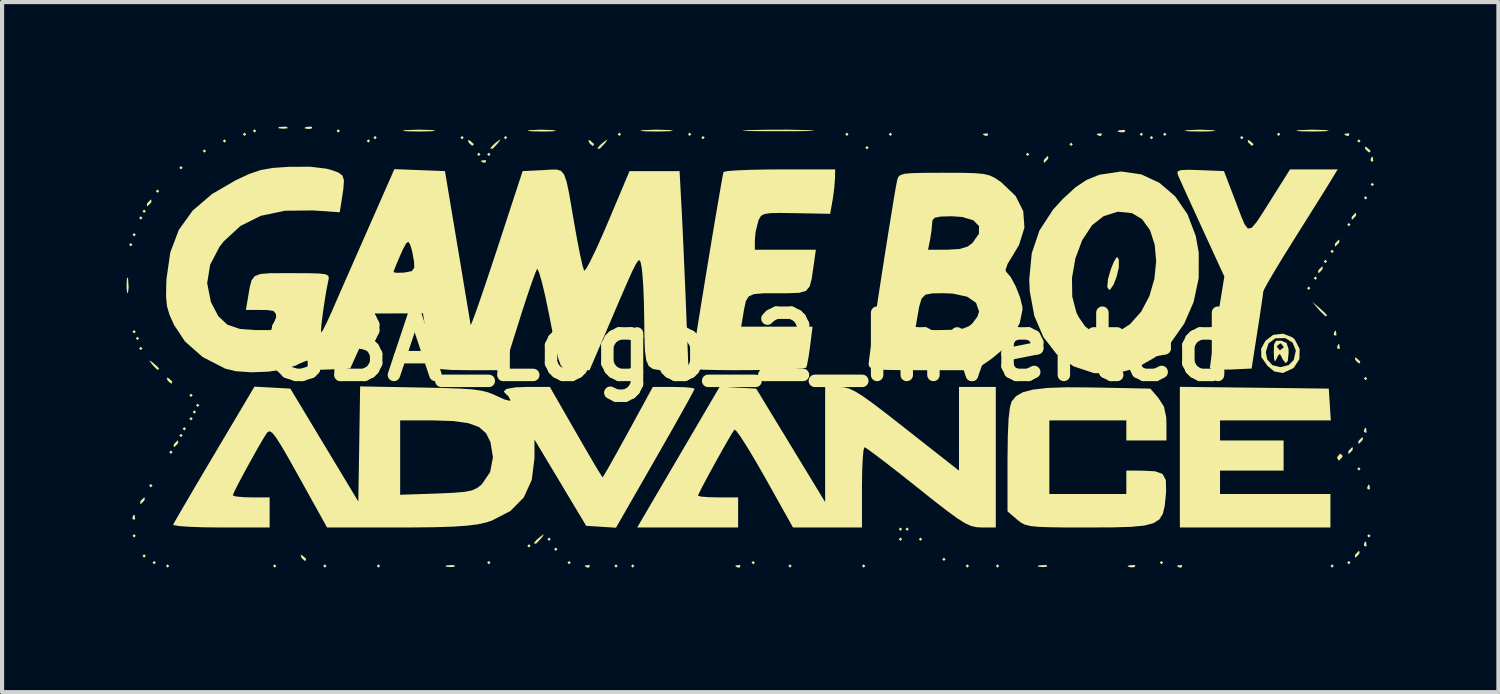
<source format=kicad_pcb>
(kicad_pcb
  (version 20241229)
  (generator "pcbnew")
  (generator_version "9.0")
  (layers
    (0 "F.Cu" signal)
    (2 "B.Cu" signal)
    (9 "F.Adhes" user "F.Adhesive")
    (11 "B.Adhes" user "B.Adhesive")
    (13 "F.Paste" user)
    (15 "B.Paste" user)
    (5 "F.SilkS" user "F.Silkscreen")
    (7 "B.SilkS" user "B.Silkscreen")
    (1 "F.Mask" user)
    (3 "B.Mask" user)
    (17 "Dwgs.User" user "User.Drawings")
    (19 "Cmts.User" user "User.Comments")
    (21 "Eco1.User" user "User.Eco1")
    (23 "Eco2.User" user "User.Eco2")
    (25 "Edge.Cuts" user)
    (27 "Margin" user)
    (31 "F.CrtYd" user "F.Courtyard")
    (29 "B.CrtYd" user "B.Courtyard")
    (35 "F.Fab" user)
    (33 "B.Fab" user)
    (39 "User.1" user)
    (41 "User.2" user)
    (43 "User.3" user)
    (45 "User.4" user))
  (footprint "GBA_Logo_2_Inverted"
    (layer "F.Cu")
    (at 14.978 5.306)
    (property "Reference" "GBA_Logo_2_Inverted" (at 0 0 0) (layer "F.SilkS") (effects (font (size 1.5 1.5) (thickness 0.3))))
    (attr board_only exclude_from_pos_files exclude_from_bom)
    (fp_poly (pts (xy -14.837 -2.459) (xy -14.877 -2.419) (xy -14.917 -2.459) (xy -14.877 -2.5)) (stroke (width 0) (type solid)) (fill yes) (layer "F.SilkS"))
    (fp_poly (pts (xy -14.756 -2.701) (xy -14.797 -2.661) (xy -14.837 -2.701) (xy -14.797 -2.742)) (stroke (width 0) (type solid)) (fill yes) (layer "F.SilkS"))
    (fp_poly (pts (xy -14.756 -0.363) (xy -14.797 -0.323) (xy -14.837 -0.363) (xy -14.797 -0.403)) (stroke (width 0) (type solid)) (fill yes) (layer "F.SilkS"))
    (fp_poly (pts (xy -14.756 4.556) (xy -14.797 4.596) (xy -14.837 4.556) (xy -14.797 4.516)) (stroke (width 0) (type solid)) (fill yes) (layer "F.SilkS"))
    (fp_poly (pts (xy -14.676 -0.202) (xy -14.716 -0.161) (xy -14.756 -0.202) (xy -14.716 -0.242)) (stroke (width 0) (type solid)) (fill yes) (layer "F.SilkS"))
    (fp_poly (pts (xy -14.595 -3.104) (xy -14.635 -3.064) (xy -14.676 -3.104) (xy -14.635 -3.145)) (stroke (width 0) (type solid)) (fill yes) (layer "F.SilkS"))
    (fp_poly (pts (xy -14.595 0.04) (xy -14.635 0.081) (xy -14.676 0.04) (xy -14.635 0)) (stroke (width 0) (type solid)) (fill yes) (layer "F.SilkS"))
    (fp_poly (pts (xy -14.514 -3.266) (xy -14.555 -3.225) (xy -14.595 -3.266) (xy -14.555 -3.306)) (stroke (width 0) (type solid)) (fill yes) (layer "F.SilkS"))
    (fp_poly (pts (xy -14.514 5.04) (xy -14.555 5.08) (xy -14.595 5.04) (xy -14.555 4.999)) (stroke (width 0) (type solid)) (fill yes) (layer "F.SilkS"))
    (fp_poly (pts (xy -14.353 3.346) (xy -14.393 3.387) (xy -14.434 3.346) (xy -14.393 3.306)) (stroke (width 0) (type solid)) (fill yes) (layer "F.SilkS"))
    (fp_poly (pts (xy -14.272 5.201) (xy -14.313 5.241) (xy -14.353 5.201) (xy -14.313 5.161)) (stroke (width 0) (type solid)) (fill yes) (layer "F.SilkS"))
    (fp_poly (pts (xy -14.192 -3.75) (xy -14.232 -3.709) (xy -14.272 -3.75) (xy -14.232 -3.79)) (stroke (width 0) (type solid)) (fill yes) (layer "F.SilkS"))
    (fp_poly (pts (xy -13.95 5.282) (xy -13.99 5.322) (xy -14.03 5.282) (xy -13.99 5.241)) (stroke (width 0) (type solid)) (fill yes) (layer "F.SilkS"))
    (fp_poly (pts (xy -13.869 2.54) (xy -13.91 2.58) (xy -13.95 2.54) (xy -13.91 2.5)) (stroke (width 0) (type solid)) (fill yes) (layer "F.SilkS"))
    (fp_poly (pts (xy -13.627 -4.314) (xy -13.668 -4.274) (xy -13.708 -4.314) (xy -13.668 -4.354)) (stroke (width 0) (type solid)) (fill yes) (layer "F.SilkS"))
    (fp_poly (pts (xy -13.627 2.137) (xy -13.668 2.177) (xy -13.708 2.137) (xy -13.668 2.097)) (stroke (width 0) (type solid)) (fill yes) (layer "F.SilkS"))
    (fp_poly (pts (xy -13.547 1.976) (xy -13.587 2.016) (xy -13.627 1.976) (xy -13.587 1.935)) (stroke (width 0) (type solid)) (fill yes) (layer "F.SilkS"))
    (fp_poly (pts (xy -13.385 1.169) (xy -13.426 1.21) (xy -13.466 1.169) (xy -13.426 1.129)) (stroke (width 0) (type solid)) (fill yes) (layer "F.SilkS"))
    (fp_poly (pts (xy -13.385 1.734) (xy -13.426 1.774) (xy -13.466 1.734) (xy -13.426 1.693)) (stroke (width 0) (type solid)) (fill yes) (layer "F.SilkS"))
    (fp_poly (pts (xy -13.305 1.572) (xy -13.345 1.613) (xy -13.385 1.572) (xy -13.345 1.532)) (stroke (width 0) (type solid)) (fill yes) (layer "F.SilkS"))
    (fp_poly (pts (xy -13.224 1.411) (xy -13.264 1.451) (xy -13.305 1.411) (xy -13.264 1.371)) (stroke (width 0) (type solid)) (fill yes) (layer "F.SilkS"))
    (fp_poly (pts (xy -13.063 -4.717) (xy -13.103 -4.677) (xy -13.143 -4.717) (xy -13.103 -4.757)) (stroke (width 0) (type solid)) (fill yes) (layer "F.SilkS"))
    (fp_poly (pts (xy -12.579 -4.959) (xy -12.619 -4.919) (xy -12.66 -4.959) (xy -12.619 -4.999)) (stroke (width 0) (type solid)) (fill yes) (layer "F.SilkS"))
    (fp_poly (pts (xy -12.095 -5.12) (xy -12.136 -5.08) (xy -12.176 -5.12) (xy -12.136 -5.161)) (stroke (width 0) (type solid)) (fill yes) (layer "F.SilkS"))
    (fp_poly (pts (xy -11.853 -5.201) (xy -11.894 -5.161) (xy -11.934 -5.201) (xy -11.894 -5.241)) (stroke (width 0) (type solid)) (fill yes) (layer "F.SilkS"))
    (fp_poly (pts (xy -11.37 5.282) (xy -11.41 5.322) (xy -11.45 5.282) (xy -11.41 5.241)) (stroke (width 0) (type solid)) (fill yes) (layer "F.SilkS"))
    (fp_poly (pts (xy -10.16 5.282) (xy -10.2 5.322) (xy -10.241 5.282) (xy -10.2 5.241)) (stroke (width 0) (type solid)) (fill yes) (layer "F.SilkS"))
    (fp_poly (pts (xy -9.837 -5.201) (xy -9.878 -5.161) (xy -9.918 -5.201) (xy -9.878 -5.241)) (stroke (width 0) (type solid)) (fill yes) (layer "F.SilkS"))
    (fp_poly (pts (xy -9.112 -4.959) (xy -9.152 -4.919) (xy -9.192 -4.959) (xy -9.152 -4.999)) (stroke (width 0) (type solid)) (fill yes) (layer "F.SilkS"))
    (fp_poly (pts (xy -8.95 -5.04) (xy -8.991 -4.999) (xy -9.031 -5.04) (xy -8.991 -5.08)) (stroke (width 0) (type solid)) (fill yes) (layer "F.SilkS"))
    (fp_poly (pts (xy -8.87 5.282) (xy -8.91 5.322) (xy -8.95 5.282) (xy -8.91 5.241)) (stroke (width 0) (type solid)) (fill yes) (layer "F.SilkS"))
    (fp_poly (pts (xy -6.854 -5.04) (xy -6.894 -4.999) (xy -6.935 -5.04) (xy -6.894 -5.08)) (stroke (width 0) (type solid)) (fill yes) (layer "F.SilkS"))
    (fp_poly (pts (xy -6.451 -4.637) (xy -6.491 -4.596) (xy -6.531 -4.637) (xy -6.491 -4.677)) (stroke (width 0) (type solid)) (fill yes) (layer "F.SilkS"))
    (fp_poly (pts (xy -6.209 -4.637) (xy -6.249 -4.596) (xy -6.29 -4.637) (xy -6.249 -4.677)) (stroke (width 0) (type solid)) (fill yes) (layer "F.SilkS"))
    (fp_poly (pts (xy -6.209 5.201) (xy -6.249 5.241) (xy -6.29 5.201) (xy -6.249 5.161)) (stroke (width 0) (type solid)) (fill yes) (layer "F.SilkS"))
    (fp_poly (pts (xy -5.806 -5.04) (xy -5.846 -4.999) (xy -5.886 -5.04) (xy -5.846 -5.08)) (stroke (width 0) (type solid)) (fill yes) (layer "F.SilkS"))
    (fp_poly (pts (xy -5.241 4.798) (xy -5.282 4.838) (xy -5.322 4.798) (xy -5.282 4.757)) (stroke (width 0) (type solid)) (fill yes) (layer "F.SilkS"))
    (fp_poly (pts (xy -4.757 4.637) (xy -4.798 4.677) (xy -4.838 4.637) (xy -4.798 4.596)) (stroke (width 0) (type solid)) (fill yes) (layer "F.SilkS"))
    (fp_poly (pts (xy -4.596 4.878) (xy -4.637 4.919) (xy -4.677 4.878) (xy -4.637 4.838)) (stroke (width 0) (type solid)) (fill yes) (layer "F.SilkS"))
    (fp_poly (pts (xy -4.274 5.201) (xy -4.314 5.241) (xy -4.354 5.201) (xy -4.314 5.161)) (stroke (width 0) (type solid)) (fill yes) (layer "F.SilkS"))
    (fp_poly (pts (xy -3.145 5.282) (xy -3.185 5.322) (xy -3.225 5.282) (xy -3.185 5.241)) (stroke (width 0) (type solid)) (fill yes) (layer "F.SilkS"))
    (fp_poly (pts (xy -3.064 -5.12) (xy -3.104 -5.08) (xy -3.145 -5.12) (xy -3.104 -5.161)) (stroke (width 0) (type solid)) (fill yes) (layer "F.SilkS"))
    (fp_poly (pts (xy -2.742 5.282) (xy -2.782 5.322) (xy -2.822 5.282) (xy -2.782 5.241)) (stroke (width 0) (type solid)) (fill yes) (layer "F.SilkS"))
    (fp_poly (pts (xy -1.371 -5.12) (xy -1.411 -5.08) (xy -1.451 -5.12) (xy -1.411 -5.161)) (stroke (width 0) (type solid)) (fill yes) (layer "F.SilkS"))
    (fp_poly (pts (xy -1.048 -5.04) (xy -1.089 -4.999) (xy -1.129 -5.04) (xy -1.089 -5.08)) (stroke (width 0) (type solid)) (fill yes) (layer "F.SilkS"))
    (fp_poly (pts (xy 0.161 5.201) (xy 0.121 5.241) (xy 0.081 5.201) (xy 0.121 5.161)) (stroke (width 0) (type solid)) (fill yes) (layer "F.SilkS"))
    (fp_poly (pts (xy 1.048 5.282) (xy 1.008 5.322) (xy 0.968 5.282) (xy 1.008 5.241)) (stroke (width 0) (type solid)) (fill yes) (layer "F.SilkS"))
    (fp_poly (pts (xy 2.419 -5.12) (xy 2.379 -5.08) (xy 2.338 -5.12) (xy 2.379 -5.161)) (stroke (width 0) (type solid)) (fill yes) (layer "F.SilkS"))
    (fp_poly (pts (xy 2.822 5.282) (xy 2.782 5.322) (xy 2.742 5.282) (xy 2.782 5.241)) (stroke (width 0) (type solid)) (fill yes) (layer "F.SilkS"))
    (fp_poly (pts (xy 2.903 -4.798) (xy 2.863 -4.757) (xy 2.822 -4.798) (xy 2.863 -4.838)) (stroke (width 0) (type solid)) (fill yes) (layer "F.SilkS"))
    (fp_poly (pts (xy 3.467 -5.12) (xy 3.427 -5.08) (xy 3.387 -5.12) (xy 3.427 -5.161)) (stroke (width 0) (type solid)) (fill yes) (layer "F.SilkS"))
    (fp_poly (pts (xy 3.709 4.395) (xy 3.669 4.435) (xy 3.629 4.395) (xy 3.669 4.354)) (stroke (width 0) (type solid)) (fill yes) (layer "F.SilkS"))
    (fp_poly (pts (xy 3.709 4.637) (xy 3.669 4.677) (xy 3.629 4.637) (xy 3.669 4.596)) (stroke (width 0) (type solid)) (fill yes) (layer "F.SilkS"))
    (fp_poly (pts (xy 3.87 4.395) (xy 3.83 4.435) (xy 3.79 4.395) (xy 3.83 4.354)) (stroke (width 0) (type solid)) (fill yes) (layer "F.SilkS"))
    (fp_poly (pts (xy 4.193 4.637) (xy 4.153 4.677) (xy 4.112 4.637) (xy 4.153 4.596)) (stroke (width 0) (type solid)) (fill yes) (layer "F.SilkS"))
    (fp_poly (pts (xy 4.757 5.12) (xy 4.717 5.161) (xy 4.677 5.12) (xy 4.717 5.08)) (stroke (width 0) (type solid)) (fill yes) (layer "F.SilkS"))
    (fp_poly (pts (xy 5.322 5.282) (xy 5.282 5.322) (xy 5.241 5.282) (xy 5.282 5.241)) (stroke (width 0) (type solid)) (fill yes) (layer "F.SilkS"))
    (fp_poly (pts (xy 6.048 5.282) (xy 6.007 5.322) (xy 5.967 5.282) (xy 6.007 5.241)) (stroke (width 0) (type solid)) (fill yes) (layer "F.SilkS"))
    (fp_poly (pts (xy 6.773 -4.637) (xy 6.733 -4.596) (xy 6.693 -4.637) (xy 6.733 -4.677)) (stroke (width 0) (type solid)) (fill yes) (layer "F.SilkS"))
    (fp_poly (pts (xy 7.822 -4.878) (xy 7.781 -4.838) (xy 7.741 -4.878) (xy 7.781 -4.919)) (stroke (width 0) (type solid)) (fill yes) (layer "F.SilkS"))
    (fp_poly (pts (xy 9.515 -5.12) (xy 9.475 -5.08) (xy 9.434 -5.12) (xy 9.475 -5.161)) (stroke (width 0) (type solid)) (fill yes) (layer "F.SilkS"))
    (fp_poly (pts (xy 9.757 -5.04) (xy 9.717 -4.999) (xy 9.676 -5.04) (xy 9.717 -5.08)) (stroke (width 0) (type solid)) (fill yes) (layer "F.SilkS"))
    (fp_poly (pts (xy 9.999 5.201) (xy 9.958 5.241) (xy 9.918 5.201) (xy 9.958 5.161)) (stroke (width 0) (type solid)) (fill yes) (layer "F.SilkS"))
    (fp_poly (pts (xy 10.079 -5.12) (xy 10.039 -5.08) (xy 9.999 -5.12) (xy 10.039 -5.161)) (stroke (width 0) (type solid)) (fill yes) (layer "F.SilkS"))
    (fp_poly (pts (xy 11.934 -5.04) (xy 11.894 -4.999) (xy 11.853 -5.04) (xy 11.894 -5.08)) (stroke (width 0) (type solid)) (fill yes) (layer "F.SilkS"))
    (fp_poly (pts (xy 12.821 -5.12) (xy 12.781 -5.08) (xy 12.74 -5.12) (xy 12.781 -5.161)) (stroke (width 0) (type solid)) (fill yes) (layer "F.SilkS"))
    (fp_poly (pts (xy 13.547 -1.411) (xy 13.506 -1.371) (xy 13.466 -1.411) (xy 13.506 -1.451)) (stroke (width 0) (type solid)) (fill yes) (layer "F.SilkS"))
    (fp_poly (pts (xy 13.708 -1.653) (xy 13.668 -1.613) (xy 13.627 -1.653) (xy 13.668 -1.693)) (stroke (width 0) (type solid)) (fill yes) (layer "F.SilkS"))
    (fp_poly (pts (xy 13.95 -2.056) (xy 13.91 -2.016) (xy 13.869 -2.056) (xy 13.91 -2.097)) (stroke (width 0) (type solid)) (fill yes) (layer "F.SilkS"))
    (fp_poly (pts (xy 14.111 -2.298) (xy 14.071 -2.258) (xy 14.03 -2.298) (xy 14.071 -2.338)) (stroke (width 0) (type solid)) (fill yes) (layer "F.SilkS"))
    (fp_poly (pts (xy 14.111 5.282) (xy 14.071 5.322) (xy 14.03 5.282) (xy 14.071 5.241)) (stroke (width 0) (type solid)) (fill yes) (layer "F.SilkS"))
    (fp_poly (pts (xy 14.514 -2.943) (xy 14.474 -2.903) (xy 14.434 -2.943) (xy 14.474 -2.983)) (stroke (width 0) (type solid)) (fill yes) (layer "F.SilkS"))
    (fp_poly (pts (xy 14.514 5.201) (xy 14.474 5.241) (xy 14.434 5.201) (xy 14.474 5.161)) (stroke (width 0) (type solid)) (fill yes) (layer "F.SilkS"))
    (fp_poly (pts (xy 14.756 -4.959) (xy 14.716 -4.919) (xy 14.676 -4.959) (xy 14.716 -4.999)) (stroke (width 0) (type solid)) (fill yes) (layer "F.SilkS"))
    (fp_poly (pts (xy 14.756 2.943) (xy 14.716 2.983) (xy 14.676 2.943) (xy 14.716 2.903)) (stroke (width 0) (type solid)) (fill yes) (layer "F.SilkS"))
    (fp_poly (pts (xy 14.917 -3.588) (xy 14.877 -3.548) (xy 14.837 -3.588) (xy 14.877 -3.629)) (stroke (width 0) (type solid)) (fill yes) (layer "F.SilkS"))
    (fp_poly (pts (xy 14.917 0.766) (xy 14.877 0.806) (xy 14.837 0.766) (xy 14.877 0.726)) (stroke (width 0) (type solid)) (fill yes) (layer "F.SilkS"))
    (fp_poly (pts (xy 14.998 4.556) (xy 14.958 4.596) (xy 14.917 4.556) (xy 14.958 4.516)) (stroke (width 0) (type solid)) (fill yes) (layer "F.SilkS"))
    (fp_poly (pts (xy 15.079 -3.911) (xy 15.038 -3.87) (xy 14.998 -3.911) (xy 15.038 -3.951)) (stroke (width 0) (type solid)) (fill yes) (layer "F.SilkS"))
    (fp_poly (pts (xy -14.783 4.059) (xy -14.773 4.154) (xy -14.783 4.166) (xy -14.831 4.155) (xy -14.837 4.112) (xy -14.807 4.046)) (stroke (width 0) (type solid)) (fill yes) (layer "F.SilkS"))
    (fp_poly (pts (xy -11.107 -5.295) (xy -11.097 -5.265) (xy -11.208 -5.254) (xy -11.323 -5.267) (xy -11.309 -5.295) (xy -11.144 -5.305)) (stroke (width 0) (type solid)) (fill yes) (layer "F.SilkS"))
    (fp_poly (pts (xy -10.504 -5.29) (xy -10.528 -5.253) (xy -10.61 -5.248) (xy -10.696 -5.267) (xy -10.659 -5.296) (xy -10.533 -5.306)) (stroke (width 0) (type solid)) (fill yes) (layer "F.SilkS"))
    (fp_poly (pts (xy -7.076 5.269) (xy -7.066 5.298) (xy -7.177 5.309) (xy -7.291 5.297) (xy -7.277 5.269) (xy -7.112 5.258)) (stroke (width 0) (type solid)) (fill yes) (layer "F.SilkS"))
    (fp_poly (pts (xy -6.316 -4.489) (xy -6.327 -4.441) (xy -6.37 -4.435) (xy -6.437 -4.464) (xy -6.424 -4.489) (xy -6.328 -4.498)) (stroke (width 0) (type solid)) (fill yes) (layer "F.SilkS"))
    (fp_poly (pts (xy -3.817 5.268) (xy -3.828 5.316) (xy -3.87 5.322) (xy -3.937 5.292) (xy -3.924 5.268) (xy -3.829 5.258)) (stroke (width 0) (type solid)) (fill yes) (layer "F.SilkS"))
    (fp_poly (pts (xy -0.188 5.268) (xy -0.199 5.316) (xy -0.242 5.322) (xy -0.308 5.292) (xy -0.296 5.268) (xy -0.2 5.258)) (stroke (width 0) (type solid)) (fill yes) (layer "F.SilkS"))
    (fp_poly (pts (xy 5.779 -5.134) (xy 5.768 -5.086) (xy 5.725 -5.08) (xy 5.659 -5.11) (xy 5.671 -5.134) (xy 5.767 -5.143)) (stroke (width 0) (type solid)) (fill yes) (layer "F.SilkS"))
    (fp_poly (pts (xy 7.197 5.269) (xy 7.207 5.298) (xy 7.096 5.309) (xy 6.981 5.297) (xy 6.995 5.269) (xy 7.16 5.258)) (stroke (width 0) (type solid)) (fill yes) (layer "F.SilkS"))
    (fp_poly (pts (xy 8.52 -5.134) (xy 8.509 -5.086) (xy 8.467 -5.08) (xy 8.4 -5.11) (xy 8.413 -5.134) (xy 8.509 -5.143)) (stroke (width 0) (type solid)) (fill yes) (layer "F.SilkS"))
    (fp_poly (pts (xy 9.09 -5.209) (xy 9.066 -5.173) (xy 8.984 -5.167) (xy 8.898 -5.187) (xy 8.935 -5.216) (xy 9.061 -5.225)) (stroke (width 0) (type solid)) (fill yes) (layer "F.SilkS"))
    (fp_poly (pts (xy 9.332 5.273) (xy 9.308 5.31) (xy 9.226 5.316) (xy 9.14 5.296) (xy 9.177 5.267) (xy 9.303 5.257)) (stroke (width 0) (type solid)) (fill yes) (layer "F.SilkS"))
    (fp_poly (pts (xy 10.456 5.268) (xy 10.445 5.316) (xy 10.402 5.322) (xy 10.336 5.292) (xy 10.348 5.268) (xy 10.444 5.258)) (stroke (width 0) (type solid)) (fill yes) (layer "F.SilkS"))
    (fp_poly (pts (xy 14.165 -0.376) (xy 14.175 -0.281) (xy 14.165 -0.269) (xy 14.117 -0.28) (xy 14.111 -0.323) (xy 14.141 -0.389)) (stroke (width 0) (type solid)) (fill yes) (layer "F.SilkS"))
    (fp_poly (pts (xy 14.246 -0.054) (xy 14.255 0.042) (xy 14.246 0.054) (xy 14.198 0.043) (xy 14.192 0) (xy 14.221 -0.066)) (stroke (width 0) (type solid)) (fill yes) (layer "F.SilkS"))
    (fp_poly (pts (xy 14.487 -5.134) (xy 14.476 -5.086) (xy 14.434 -5.08) (xy 14.367 -5.11) (xy 14.38 -5.134) (xy 14.476 -5.143)) (stroke (width 0) (type solid)) (fill yes) (layer "F.SilkS"))
    (fp_poly (pts (xy 14.891 1.962) (xy 14.9 2.058) (xy 14.891 2.07) (xy 14.843 2.059) (xy 14.837 2.016) (xy 14.866 1.95)) (stroke (width 0) (type solid)) (fill yes) (layer "F.SilkS"))
    (fp_poly (pts (xy 14.891 4.704) (xy 14.9 4.799) (xy 14.891 4.811) (xy 14.843 4.8) (xy 14.837 4.757) (xy 14.866 4.691)) (stroke (width 0) (type solid)) (fill yes) (layer "F.SilkS"))
    (fp_poly (pts (xy 14.971 3.333) (xy 14.981 3.429) (xy 14.971 3.44) (xy 14.923 3.429) (xy 14.917 3.387) (xy 14.947 3.32)) (stroke (width 0) (type solid)) (fill yes) (layer "F.SilkS"))
    (fp_poly (pts (xy 15.052 -4.569) (xy 15.062 -4.474) (xy 15.052 -4.462) (xy 15.004 -4.473) (xy 14.998 -4.516) (xy 15.028 -4.582)) (stroke (width 0) (type solid)) (fill yes) (layer "F.SilkS"))
    (fp_poly (pts (xy -13.962 0.758) (xy -13.876 0.84) (xy -13.893 0.886) (xy -13.905 0.887) (xy -13.973 0.83) (xy -13.998 0.794) (xy -14.007 0.739)) (stroke (width 0) (type solid)) (fill yes) (layer "F.SilkS"))
    (fp_poly (pts (xy -10.737 5.032) (xy -10.65 5.113) (xy -10.668 5.16) (xy -10.679 5.161) (xy -10.748 5.103) (xy -10.772 5.068) (xy -10.782 5.012)) (stroke (width 0) (type solid)) (fill yes) (layer "F.SilkS"))
    (fp_poly (pts (xy -6.705 -4.967) (xy -6.619 -4.892) (xy -6.612 -4.874) (xy -6.65 -4.841) (xy -6.73 -4.915) (xy -6.741 -4.931) (xy -6.75 -4.986)) (stroke (width 0) (type solid)) (fill yes) (layer "F.SilkS"))
    (fp_poly (pts (xy -3.802 -4.967) (xy -3.716 -4.886) (xy -3.733 -4.839) (xy -3.745 -4.838) (xy -3.813 -4.895) (xy -3.838 -4.931) (xy -3.847 -4.986)) (stroke (width 0) (type solid)) (fill yes) (layer "F.SilkS"))
    (fp_poly (pts (xy 12.083 -4.967) (xy 12.169 -4.892) (xy 12.176 -4.874) (xy 12.138 -4.841) (xy 12.058 -4.915) (xy 12.047 -4.931) (xy 12.038 -4.986)) (stroke (width 0) (type solid)) (fill yes) (layer "F.SilkS"))
    (fp_poly (pts (xy 13.768 -0.935) (xy 13.898 -0.817) (xy 13.95 -0.754) (xy 13.913 -0.733) (xy 13.798 -0.842) (xy 13.741 -0.907) (xy 13.587 -1.089)) (stroke (width 0) (type solid)) (fill yes) (layer "F.SilkS"))
    (fp_poly (pts (xy 14.663 0.275) (xy 14.75 0.356) (xy 14.732 0.402) (xy 14.721 0.403) (xy 14.652 0.346) (xy 14.628 0.31) (xy 14.618 0.255)) (stroke (width 0) (type solid)) (fill yes) (layer "F.SilkS"))
    (fp_poly (pts (xy 14.905 -4.805) (xy 14.991 -4.731) (xy 14.998 -4.712) (xy 14.96 -4.679) (xy 14.88 -4.754) (xy 14.869 -4.77) (xy 14.86 -4.825)) (stroke (width 0) (type solid)) (fill yes) (layer "F.SilkS"))
    (fp_poly (pts (xy -14.941 -1.632) (xy -14.928 -1.422) (xy -14.943 -1.309) (xy -14.964 -1.291) (xy -14.977 -1.406) (xy -14.978 -1.492) (xy -14.97 -1.648) (xy -14.952 -1.672)) (stroke (width 0) (type solid)) (fill yes) (layer "F.SilkS"))
    (fp_poly (pts (xy -14.54 3.681) (xy -14.555 3.709) (xy -14.631 3.786) (xy -14.645 3.79) (xy -14.65 3.738) (xy -14.635 3.709) (xy -14.559 3.632) (xy -14.545 3.629)) (stroke (width 0) (type solid)) (fill yes) (layer "F.SilkS"))
    (fp_poly (pts (xy -14.391 0.348) (xy -14.333 0.393) (xy -14.221 0.492) (xy -14.192 0.534) (xy -14.231 0.558) (xy -14.338 0.455) (xy -14.363 0.423) (xy -14.433 0.328)) (stroke (width 0) (type solid)) (fill yes) (layer "F.SilkS"))
    (fp_poly (pts (xy -14.378 -3.496) (xy -14.393 -3.467) (xy -14.469 -3.39) (xy -14.483 -3.387) (xy -14.489 -3.439) (xy -14.474 -3.467) (xy -14.398 -3.544) (xy -14.384 -3.548)) (stroke (width 0) (type solid)) (fill yes) (layer "F.SilkS"))
    (fp_poly (pts (xy -13.733 2.31) (xy -13.748 2.338) (xy -13.824 2.415) (xy -13.838 2.419) (xy -13.844 2.367) (xy -13.829 2.338) (xy -13.753 2.261) (xy -13.739 2.258)) (stroke (width 0) (type solid)) (fill yes) (layer "F.SilkS"))
    (fp_poly (pts (xy -5.992 -4.957) (xy -6.037 -4.899) (xy -6.155 -4.773) (xy -6.208 -4.774) (xy -6.209 -4.788) (xy -6.154 -4.855) (xy -6.068 -4.929) (xy -5.972 -4.999)) (stroke (width 0) (type solid)) (fill yes) (layer "F.SilkS"))
    (fp_poly (pts (xy -4.944 4.558) (xy -4.989 4.616) (xy -5.107 4.742) (xy -5.159 4.741) (xy -5.161 4.727) (xy -5.106 4.66) (xy -5.02 4.586) (xy -4.924 4.516)) (stroke (width 0) (type solid)) (fill yes) (layer "F.SilkS"))
    (fp_poly (pts (xy -3.412 -4.957) (xy -3.457 -4.899) (xy -3.575 -4.773) (xy -3.627 -4.774) (xy -3.629 -4.788) (xy -3.573 -4.855) (xy -3.487 -4.929) (xy -3.392 -4.999)) (stroke (width 0) (type solid)) (fill yes) (layer "F.SilkS"))
    (fp_poly (pts (xy 7.232 -4.544) (xy 7.217 -4.516) (xy 7.141 -4.439) (xy 7.127 -4.435) (xy 7.121 -4.487) (xy 7.136 -4.516) (xy 7.212 -4.593) (xy 7.226 -4.596)) (stroke (width 0) (type solid)) (fill yes) (layer "F.SilkS"))
    (fp_poly (pts (xy 13.844 -1.883) (xy 13.829 -1.855) (xy 13.753 -1.778) (xy 13.739 -1.774) (xy 13.733 -1.826) (xy 13.748 -1.855) (xy 13.824 -1.932) (xy 13.838 -1.935)) (stroke (width 0) (type solid)) (fill yes) (layer "F.SilkS"))
    (fp_poly (pts (xy 14.247 -2.528) (xy 14.232 -2.5) (xy 14.156 -2.423) (xy 14.142 -2.419) (xy 14.136 -2.471) (xy 14.151 -2.5) (xy 14.227 -2.577) (xy 14.242 -2.58)) (stroke (width 0) (type solid)) (fill yes) (layer "F.SilkS"))
    (fp_poly (pts (xy 14.325 2.63) (xy 14.313 2.661) (xy 14.24 2.738) (xy 14.227 2.742) (xy 14.193 2.679) (xy 14.192 2.661) (xy 14.254 2.583) (xy 14.277 2.58)) (stroke (width 0) (type solid)) (fill yes) (layer "F.SilkS"))
    (fp_poly (pts (xy 14.57 2.471) (xy 14.555 2.5) (xy 14.479 2.577) (xy 14.464 2.58) (xy 14.459 2.528) (xy 14.474 2.5) (xy 14.55 2.423) (xy 14.564 2.419)) (stroke (width 0) (type solid)) (fill yes) (layer "F.SilkS"))
    (fp_poly (pts (xy 14.65 -3.173) (xy 14.635 -3.145) (xy 14.559 -3.068) (xy 14.545 -3.064) (xy 14.54 -3.116) (xy 14.555 -3.145) (xy 14.631 -3.222) (xy 14.645 -3.225)) (stroke (width 0) (type solid)) (fill yes) (layer "F.SilkS"))
    (fp_poly (pts (xy 14.731 4.971) (xy 14.716 4.999) (xy 14.64 5.076) (xy 14.626 5.08) (xy 14.62 5.028) (xy 14.635 4.999) (xy 14.711 4.922) (xy 14.725 4.919)) (stroke (width 0) (type solid)) (fill yes) (layer "F.SilkS"))
    (fp_poly (pts (xy 14.812 2.229) (xy 14.797 2.258) (xy 14.721 2.335) (xy 14.706 2.338) (xy 14.701 2.286) (xy 14.716 2.258) (xy 14.792 2.181) (xy 14.806 2.177)) (stroke (width 0) (type solid)) (fill yes) (layer "F.SilkS"))
    (fp_poly (pts (xy 11.188 -5.219) (xy 11.259 -5.205) (xy 11.186 -5.194) (xy 10.984 -5.188) (xy 10.886 -5.188) (xy 10.643 -5.191) (xy 10.523 -5.201) (xy 10.541 -5.214) (xy 10.583 -5.219) (xy 10.886 -5.232)) (stroke (width 0) (type solid)) (fill yes) (layer "F.SilkS"))
    (fp_poly (pts (xy -7.638 -5.223) (xy -7.598 -5.219) (xy -7.532 -5.205) (xy -7.61 -5.195) (xy -7.814 -5.189) (xy -7.943 -5.188) (xy -8.192 -5.192) (xy -8.317 -5.2) (xy -8.303 -5.213) (xy -8.243 -5.22) (xy -7.938 -5.232)) (stroke (width 0) (type solid)) (fill yes) (layer "F.SilkS"))
    (fp_poly (pts (xy -4.71 -5.221) (xy -4.699 -5.219) (xy -4.622 -5.205) (xy -4.692 -5.193) (xy -4.89 -5.187) (xy -4.959 -5.187) (xy -5.194 -5.191) (xy -5.311 -5.201) (xy -5.289 -5.215) (xy -5.263 -5.219) (xy -4.997 -5.232)) (stroke (width 0) (type solid)) (fill yes) (layer "F.SilkS"))
    (fp_poly (pts (xy -1.913 -5.223) (xy -1.873 -5.219) (xy -1.807 -5.205) (xy -1.885 -5.195) (xy -2.089 -5.189) (xy -2.217 -5.188) (xy -2.467 -5.192) (xy -2.592 -5.2) (xy -2.578 -5.213) (xy -2.518 -5.22) (xy -2.213 -5.232)) (stroke (width 0) (type solid)) (fill yes) (layer "F.SilkS"))
    (fp_poly (pts (xy 13.891 -5.223) (xy 13.932 -5.219) (xy 13.998 -5.205) (xy 13.92 -5.195) (xy 13.716 -5.189) (xy 13.587 -5.188) (xy 13.338 -5.192) (xy 13.213 -5.2) (xy 13.227 -5.213) (xy 13.287 -5.22) (xy 13.591 -5.232)) (stroke (width 0) (type solid)) (fill yes) (layer "F.SilkS"))
    (fp_poly (pts (xy 8.919 -2.132) (xy 8.933 -2.076) (xy 8.93 -1.907) (xy 8.881 -1.696) (xy 8.807 -1.501) (xy 8.726 -1.383) (xy 8.696 -1.371) (xy 8.653 -1.44) (xy 8.67 -1.626) (xy 8.671 -1.633) (xy 8.739 -1.87) (xy 8.815 -2.056) (xy 8.884 -2.164)) (stroke (width 0) (type solid)) (fill yes) (layer "F.SilkS"))
    (fp_poly (pts (xy 1.418 -5.221) (xy 1.431 -5.221) (xy 1.58 -5.212) (xy 1.578 -5.205) (xy 1.437 -5.199) (xy 1.168 -5.195) (xy 0.781 -5.194) (xy 0.726 -5.194) (xy 0.326 -5.195) (xy 0.041 -5.199) (xy -0.116 -5.204) (xy -0.136 -5.211) (xy -0.007 -5.22) (xy 0.02 -5.221) (xy 0.467 -5.23) (xy 0.968 -5.231)) (stroke (width 0) (type solid)) (fill yes) (layer "F.SilkS"))
    (fp_poly (pts (xy 12.196 0.986) (xy 13.99 1.008) (xy 14.015 1.391) (xy 14.039 1.774) (xy 12.704 1.774) (xy 11.37 1.774) (xy 11.37 2.016) (xy 11.37 2.258) (xy 12.136 2.258) (xy 12.902 2.258) (xy 12.902 2.621) (xy 12.902 2.983) (xy 12.136 2.983) (xy 11.37 2.983) (xy 11.37 3.266) (xy 11.37 3.548) (xy 12.7 3.548) (xy 14.03 3.548) (xy 14.03 3.951) (xy 14.03 4.354) (xy 12.216 4.354) (xy 10.402 4.354) (xy 10.402 2.659) (xy 10.402 0.965)) (stroke (width 0) (type solid)) (fill yes) (layer "F.SilkS"))
    (fp_poly (pts (xy 12.841 -0.147) (xy 12.971 -0.094) (xy 13.019 0.044) (xy 13.023 0.141) (xy 13.003 0.341) (xy 12.952 0.396) (xy 12.877 0.299) (xy 12.861 0.262) (xy 12.811 0.17) (xy 12.764 0.22) (xy 12.737 0.282) (xy 12.694 0.355) (xy 12.672 0.291) (xy 12.665 0.136) (xy 12.67 0) (xy 12.74 0) (xy 12.802 0.078) (xy 12.821 0.081) (xy 12.899 0.019) (xy 12.902 0) (xy 12.84 -0.078) (xy 12.821 -0.081) (xy 12.743 -0.019) (xy 12.74 0) (xy 12.67 0) (xy 12.673 -0.064) (xy 12.721 -0.144) (xy 12.838 -0.147)) (stroke (width 0) (type solid)) (fill yes) (layer "F.SilkS"))
    (fp_poly (pts (xy 13.114 -0.227) (xy 13.171 -0.175) (xy 13.289 0.053) (xy 13.282 0.297) (xy 13.154 0.497) (xy 13.126 0.52) (xy 12.887 0.632) (xy 12.678 0.595) (xy 12.512 0.458) (xy 12.365 0.246) (xy 12.363 0.13) (xy 12.473 0.13) (xy 12.505 0.302) (xy 12.632 0.444) (xy 12.825 0.491) (xy 13.022 0.442) (xy 13.145 0.319) (xy 13.197 0.09) (xy 13.117 -0.104) (xy 12.941 -0.209) (xy 12.702 -0.204) (xy 12.536 -0.079) (xy 12.473 0.13) (xy 12.363 0.13) (xy 12.361 0.046) (xy 12.463 -0.143) (xy 12.65 -0.287) (xy 12.889 -0.316)) (stroke (width 0) (type solid)) (fill yes) (layer "F.SilkS"))
    (fp_poly (pts (xy 14.02 -3.971) (xy 13.914 -3.799) (xy 13.741 -3.522) (xy 13.521 -3.171) (xy 13.274 -2.778) (xy 13.126 -2.543) (xy 12.889 -2.162) (xy 12.685 -1.825) (xy 12.528 -1.558) (xy 12.434 -1.385) (xy 12.413 -1.334) (xy 12.399 -1.224) (xy 12.365 -0.991) (xy 12.317 -0.671) (xy 12.269 -0.363) (xy 12.131 0.524) (xy 11.629 0.548) (xy 11.369 0.551) (xy 11.187 0.535) (xy 11.126 0.508) (xy 11.138 0.408) (xy 11.171 0.181) (xy 11.222 -0.142) (xy 11.284 -0.53) (xy 11.299 -0.624) (xy 11.474 -1.692) (xy 10.934 -2.867) (xy 10.747 -3.275) (xy 10.582 -3.636) (xy 10.451 -3.924) (xy 10.369 -4.11) (xy 10.347 -4.162) (xy 10.347 -4.223) (xy 10.426 -4.256) (xy 10.613 -4.265) (xy 10.883 -4.257) (xy 11.465 -4.233) (xy 11.755 -3.475) (xy 11.875 -3.157) (xy 11.964 -2.946) (xy 12.042 -2.848) (xy 12.131 -2.866) (xy 12.251 -3.004) (xy 12.423 -3.266) (xy 12.663 -3.649) (xy 13.057 -4.274) (xy 13.631 -4.274) (xy 14.205 -4.274)) (stroke (width 0) (type solid)) (fill yes) (layer "F.SilkS"))
    (fp_poly (pts (xy 8.277 0.98) (xy 8.373 0.982) (xy 9.691 1.008) (xy 9.885 1.234) (xy 10.019 1.443) (xy 10.074 1.7) (xy 10.079 1.859) (xy 10.079 2.258) (xy 9.596 2.258) (xy 9.112 2.258) (xy 9.112 2.016) (xy 9.112 1.774) (xy 8.184 1.774) (xy 7.257 1.774) (xy 7.257 2.661) (xy 7.257 3.548) (xy 8.184 3.548) (xy 9.112 3.548) (xy 9.112 3.266) (xy 9.112 2.983) (xy 9.495 2.985) (xy 9.805 3) (xy 9.985 3.065) (xy 10.064 3.212) (xy 10.071 3.471) (xy 10.062 3.593) (xy 10.037 3.838) (xy 9.992 4.024) (xy 9.909 4.159) (xy 9.766 4.251) (xy 9.544 4.309) (xy 9.222 4.339) (xy 8.78 4.352) (xy 8.198 4.354) (xy 8.18 4.354) (xy 7.657 4.354) (xy 7.271 4.349) (xy 6.995 4.339) (xy 6.805 4.32) (xy 6.675 4.288) (xy 6.581 4.242) (xy 6.497 4.178) (xy 6.475 4.16) (xy 6.249 3.965) (xy 6.249 2.728) (xy 6.256 2.153) (xy 6.275 1.73) (xy 6.309 1.45) (xy 6.351 1.313) (xy 6.456 1.188) (xy 6.622 1.095) (xy 6.867 1.031) (xy 7.211 0.992) (xy 7.675 0.976)) (stroke (width 0) (type solid)) (fill yes) (layer "F.SilkS"))
    (fp_poly (pts (xy 9.472 -4.154) (xy 9.912 -3.949) (xy 10.289 -3.625) (xy 10.586 -3.193) (xy 10.786 -2.668) (xy 10.857 -2.266) (xy 10.856 -1.655) (xy 10.734 -1.08) (xy 10.507 -0.558) (xy 10.19 -0.106) (xy 9.799 0.257) (xy 9.349 0.513) (xy 8.856 0.645) (xy 8.337 0.635) (xy 8.32 0.632) (xy 7.838 0.47) (xy 7.432 0.177) (xy 7.115 -0.232) (xy 6.895 -0.743) (xy 6.785 -1.339) (xy 6.773 -1.62) (xy 6.777 -1.664) (xy 7.803 -1.664) (xy 7.809 -1.212) (xy 7.91 -0.822) (xy 7.971 -0.705) (xy 8.12 -0.49) (xy 8.265 -0.379) (xy 8.469 -0.336) (xy 8.642 -0.329) (xy 8.943 -0.38) (xy 9.198 -0.541) (xy 9.471 -0.847) (xy 9.668 -1.222) (xy 9.788 -1.636) (xy 9.831 -2.059) (xy 9.796 -2.46) (xy 9.683 -2.808) (xy 9.491 -3.075) (xy 9.248 -3.221) (xy 8.906 -3.254) (xy 8.566 -3.148) (xy 8.288 -2.931) (xy 8.049 -2.569) (xy 7.885 -2.132) (xy 7.803 -1.664) (xy 6.777 -1.664) (xy 6.833 -2.252) (xy 7.019 -2.803) (xy 7.347 -3.306) (xy 7.579 -3.56) (xy 7.884 -3.84) (xy 8.155 -4.021) (xy 8.446 -4.139) (xy 8.473 -4.147) (xy 8.987 -4.224)) (stroke (width 0) (type solid)) (fill yes) (layer "F.SilkS"))
    (fp_poly (pts (xy 2.092 -4.052) (xy 2.074 -3.82) (xy 2.037 -3.548) (xy 2.031 -3.517) (xy 1.976 -3.204) (xy 1.149 -3.219) (xy 0.777 -3.225) (xy 0.534 -3.22) (xy 0.389 -3.199) (xy 0.309 -3.154) (xy 0.263 -3.078) (xy 0.242 -3.023) (xy 0.18 -2.775) (xy 0.161 -2.575) (xy 0.161 -2.338) (xy 0.896 -2.338) (xy 1.631 -2.338) (xy 1.577 -1.955) (xy 1.532 -1.647) (xy 1.482 -1.453) (xy 1.391 -1.346) (xy 1.228 -1.3) (xy 0.958 -1.29) (xy 0.718 -1.29) (xy 0.367 -1.289) (xy 0.143 -1.27) (xy 0.014 -1.215) (xy -0.055 -1.102) (xy -0.097 -0.912) (xy -0.118 -0.786) (xy -0.169 -0.484) (xy 0.691 -0.484) (xy 1.551 -0.484) (xy 1.493 -0.02) (xy 1.456 0.241) (xy 1.419 0.435) (xy 1.398 0.504) (xy 1.312 0.523) (xy 1.098 0.538) (xy 0.79 0.55) (xy 0.418 0.559) (xy 0.014 0.563) (xy -0.39 0.564) (xy -0.762 0.56) (xy -1.071 0.553) (xy -1.284 0.54) (xy -1.37 0.523) (xy -1.371 0.521) (xy -1.358 0.415) (xy -1.323 0.177) (xy -1.27 -0.169) (xy -1.202 -0.598) (xy -1.123 -1.086) (xy -1.038 -1.609) (xy -0.95 -2.143) (xy -0.864 -2.663) (xy -0.783 -3.146) (xy -0.711 -3.566) (xy -0.653 -3.9) (xy -0.613 -4.123) (xy -0.593 -4.212) (xy -0.593 -4.212) (xy -0.504 -4.233) (xy -0.281 -4.25) (xy 0.048 -4.264) (xy 0.456 -4.272) (xy 0.771 -4.274) (xy 2.097 -4.274)) (stroke (width 0) (type solid)) (fill yes) (layer "F.SilkS"))
    (fp_poly (pts (xy -0.246 0.985) (xy 0.193 1.008) (xy 1.024 2.375) (xy 1.855 3.742) (xy 1.855 2.355) (xy 1.855 0.968) (xy 2.185 0.968) (xy 2.307 0.975) (xy 2.432 1.007) (xy 2.578 1.076) (xy 2.768 1.194) (xy 3.021 1.376) (xy 3.358 1.633) (xy 3.797 1.977) (xy 5.08 2.985) (xy 5.08 1.977) (xy 5.08 0.968) (xy 5.523 0.968) (xy 5.967 0.968) (xy 5.967 2.661) (xy 5.967 4.354) (xy 5.624 4.354) (xy 5.496 4.347) (xy 5.371 4.318) (xy 5.228 4.252) (xy 5.045 4.137) (xy 4.801 3.96) (xy 4.473 3.706) (xy 4.072 3.387) (xy 3.693 3.086) (xy 3.356 2.824) (xy 3.082 2.615) (xy 2.891 2.475) (xy 2.804 2.42) (xy 2.802 2.419) (xy 2.779 2.495) (xy 2.76 2.7) (xy 2.747 3.004) (xy 2.742 3.377) (xy 2.742 3.387) (xy 2.742 4.354) (xy 1.911 4.354) (xy 1.08 4.354) (xy 0.403 3.144) (xy 0.179 2.754) (xy -0.02 2.422) (xy -0.18 2.172) (xy -0.289 2.025) (xy -0.33 1.995) (xy -0.391 2.088) (xy -0.506 2.283) (xy -0.654 2.544) (xy -0.816 2.835) (xy -0.972 3.121) (xy -1.102 3.366) (xy -1.187 3.534) (xy -1.21 3.588) (xy -1.136 3.61) (xy -0.946 3.624) (xy -0.726 3.629) (xy -0.242 3.629) (xy -0.242 3.991) (xy -0.242 4.354) (xy -1.458 4.354) (xy -2.674 4.354) (xy -2.446 3.965) (xy -2.331 3.768) (xy -2.152 3.463) (xy -1.928 3.081) (xy -1.677 2.653) (xy -1.451 2.268) (xy -0.685 0.961)) (stroke (width 0) (type solid)) (fill yes) (layer "F.SilkS"))
    (fp_poly (pts (xy 5.143 -4.192) (xy 5.451 -4.184) (xy 5.665 -4.165) (xy 5.818 -4.129) (xy 5.942 -4.07) (xy 6.073 -3.982) (xy 6.103 -3.96) (xy 6.443 -3.635) (xy 6.628 -3.27) (xy 6.657 -2.873) (xy 6.528 -2.456) (xy 6.376 -2.201) (xy 6.252 -1.998) (xy 6.201 -1.853) (xy 6.214 -1.811) (xy 6.325 -1.682) (xy 6.446 -1.458) (xy 6.549 -1.199) (xy 6.607 -0.967) (xy 6.612 -0.903) (xy 6.543 -0.57) (xy 6.357 -0.217) (xy 6.082 0.11) (xy 5.854 0.297) (xy 5.466 0.564) (xy 4.184 0.564) (xy 3.703 0.563) (xy 3.36 0.558) (xy 3.132 0.546) (xy 2.995 0.524) (xy 2.927 0.49) (xy 2.904 0.441) (xy 2.903 0.413) (xy 2.915 0.298) (xy 2.949 0.05) (xy 3 -0.305) (xy 3.015 -0.403) (xy 4.024 -0.403) (xy 4.633 -0.403) (xy 4.967 -0.411) (xy 5.183 -0.44) (xy 5.325 -0.5) (xy 5.403 -0.564) (xy 5.522 -0.724) (xy 5.564 -0.847) (xy 5.491 -1.059) (xy 5.278 -1.206) (xy 4.935 -1.281) (xy 4.723 -1.29) (xy 4.441 -1.287) (xy 4.272 -1.255) (xy 4.178 -1.16) (xy 4.121 -0.968) (xy 4.075 -0.706) (xy 4.024 -0.403) (xy 3.015 -0.403) (xy 3.066 -0.741) (xy 3.14 -1.231) (xy 3.22 -1.751) (xy 3.302 -2.274) (xy 3.312 -2.338) (xy 4.334 -2.338) (xy 4.788 -2.338) (xy 5.094 -2.356) (xy 5.293 -2.417) (xy 5.403 -2.5) (xy 5.559 -2.72) (xy 5.564 -2.906) (xy 5.428 -3.046) (xy 5.158 -3.128) (xy 4.903 -3.145) (xy 4.637 -3.138) (xy 4.495 -3.109) (xy 4.441 -3.047) (xy 4.435 -2.994) (xy 4.419 -2.806) (xy 4.385 -2.59) (xy 4.334 -2.338) (xy 3.312 -2.338) (xy 3.381 -2.773) (xy 3.454 -3.223) (xy 3.515 -3.597) (xy 3.562 -3.87) (xy 3.59 -4.012) (xy 3.613 -4.085) (xy 3.661 -4.135) (xy 3.759 -4.167) (xy 3.935 -4.184) (xy 4.215 -4.191) (xy 4.625 -4.193) (xy 4.707 -4.193)) (stroke (width 0) (type solid)) (fill yes) (layer "F.SilkS"))
    (fp_poly (pts (xy -7.88 0.982) (xy -7.346 0.993) (xy -6.946 1.007) (xy -6.651 1.027) (xy -6.436 1.056) (xy -6.272 1.096) (xy -6.131 1.151) (xy -6.068 1.182) (xy -5.87 1.27) (xy -5.746 1.301) (xy -5.725 1.288) (xy -5.783 1.186) (xy -5.806 1.169) (xy -5.891 1.079) (xy -5.822 1.015) (xy -5.603 0.977) (xy -5.332 0.968) (xy -4.778 0.968) (xy -4.154 2.056) (xy -3.939 2.429) (xy -3.753 2.747) (xy -3.611 2.986) (xy -3.525 3.122) (xy -3.508 3.145) (xy -3.463 3.078) (xy -3.356 2.893) (xy -3.2 2.615) (xy -3.008 2.268) (xy -2.891 2.056) (xy -2.298 0.968) (xy -1.794 0.968) (xy -1.533 0.974) (xy -1.351 0.991) (xy -1.29 1.012) (xy -1.329 1.091) (xy -1.436 1.29) (xy -1.603 1.589) (xy -1.816 1.968) (xy -2.066 2.407) (xy -2.238 2.708) (xy -3.185 4.36) (xy -3.544 4.337) (xy -3.903 4.314) (xy -4.526 3.275) (xy -5.149 2.235) (xy -5.149 2.686) (xy -5.214 3.206) (xy -5.407 3.63) (xy -5.73 3.958) (xy -6.183 4.191) (xy -6.308 4.231) (xy -6.506 4.277) (xy -6.767 4.31) (xy -7.113 4.334) (xy -7.567 4.348) (xy -8.15 4.354) (xy -8.435 4.354) (xy -10.147 4.354) (xy -10.819 3.144) (xy -11.065 2.704) (xy -11.247 2.39) (xy -11.378 2.184) (xy -11.469 2.072) (xy -11.532 2.035) (xy -11.58 2.057) (xy -11.595 2.075) (xy -11.681 2.208) (xy -11.81 2.43) (xy -11.964 2.704) (xy -12.122 2.992) (xy -12.264 3.258) (xy -12.369 3.465) (xy -12.417 3.574) (xy -12.418 3.581) (xy -12.345 3.607) (xy -12.157 3.624) (xy -11.974 3.629) (xy -11.531 3.629) (xy -11.531 3.991) (xy -11.531 4.354) (xy -12.707 4.354) (xy -13.119 4.35) (xy -13.464 4.338) (xy -13.715 4.32) (xy -13.844 4.297) (xy -13.856 4.286) (xy -13.809 4.2) (xy -13.691 3.995) (xy -13.514 3.693) (xy -13.291 3.312) (xy -13.032 2.874) (xy -12.863 2.589) (xy -11.897 0.961) (xy -11.465 0.984) (xy -11.032 1.008) (xy -10.213 2.368) (xy -9.394 3.729) (xy -9.377 2.67) (xy -8.386 2.67) (xy -8.386 3.566) (xy -7.504 3.536) (xy -7.108 3.519) (xy -6.838 3.496) (xy -6.657 3.461) (xy -6.532 3.404) (xy -6.425 3.32) (xy -6.417 3.312) (xy -6.218 3.02) (xy -6.15 2.661) (xy -6.21 2.296) (xy -6.315 2.084) (xy -6.485 1.935) (xy -6.744 1.84) (xy -7.114 1.789) (xy -7.617 1.774) (xy -8.386 1.774) (xy -8.386 2.67) (xy -9.377 2.67) (xy -9.372 2.342) (xy -9.35 0.955)) (stroke (width 0) (type solid)) (fill yes) (layer "F.SilkS"))
    (fp_poly (pts (xy -10.159 -4.291) (xy -10.039 -4.259) (xy -9.871 -4.197) (xy -9.776 -4.126) (xy -9.74 -4.009) (xy -9.754 -3.807) (xy -9.801 -3.495) (xy -9.842 -3.241) (xy -10.479 -3.285) (xy -11.165 -3.278) (xy -11.746 -3.155) (xy -12.233 -2.912) (xy -12.634 -2.543) (xy -12.737 -2.411) (xy -12.964 -1.979) (xy -13.036 -1.533) (xy -12.948 -1.088) (xy -12.939 -1.065) (xy -12.768 -0.737) (xy -12.549 -0.532) (xy -12.246 -0.429) (xy -11.883 -0.403) (xy -11.37 -0.403) (xy -11.37 -0.645) (xy -11.38 -0.793) (xy -11.44 -0.864) (xy -11.593 -0.886) (xy -11.736 -0.887) (xy -12.103 -0.887) (xy -12.052 -1.189) (xy -12.01 -1.437) (xy -11.966 -1.603) (xy -11.889 -1.703) (xy -11.75 -1.754) (xy -11.519 -1.773) (xy -11.168 -1.774) (xy -11 -1.774) (xy -10.603 -1.773) (xy -10.342 -1.766) (xy -10.19 -1.748) (xy -10.119 -1.714) (xy -10.105 -1.658) (xy -10.117 -1.593) (xy -10.162 -1.367) (xy -10.208 -1.088) (xy -10.25 -0.801) (xy -10.281 -0.552) (xy -10.294 -0.387) (xy -10.29 -0.345) (xy -10.248 -0.399) (xy -10.162 -0.567) (xy -10.05 -0.812) (xy -10.044 -0.824) (xy -9.942 -1.06) (xy -9.789 -1.409) (xy -9.618 -1.799) (xy -8.547 -1.799) (xy -8.477 -1.782) (xy -8.306 -1.787) (xy -8.285 -1.789) (xy -8.107 -1.822) (xy -8.045 -1.906) (xy -8.051 -2.049) (xy -8.093 -2.285) (xy -8.14 -2.45) (xy -8.183 -2.528) (xy -8.236 -2.501) (xy -8.317 -2.352) (xy -8.374 -2.225) (xy -8.471 -2) (xy -8.534 -1.842) (xy -8.547 -1.799) (xy -9.618 -1.799) (xy -9.6 -1.84) (xy -9.39 -2.317) (xy -9.175 -2.805) (xy -8.525 -4.28) (xy -7.916 -4.257) (xy -7.306 -4.233) (xy -7.003 -2.419) (xy -6.915 -1.895) (xy -6.837 -1.423) (xy -6.771 -1.028) (xy -6.721 -0.731) (xy -6.693 -0.558) (xy -6.688 -0.524) (xy -6.661 -0.575) (xy -6.591 -0.759) (xy -6.485 -1.058) (xy -6.35 -1.452) (xy -6.193 -1.921) (xy -6.055 -2.338) (xy -5.435 -4.233) (xy -4.941 -4.257) (xy -4.75 -4.269) (xy -4.61 -4.27) (xy -4.51 -4.238) (xy -4.436 -4.151) (xy -4.378 -3.988) (xy -4.321 -3.728) (xy -4.255 -3.349) (xy -4.186 -2.943) (xy -4.115 -2.549) (xy -4.049 -2.212) (xy -3.993 -1.965) (xy -3.956 -1.839) (xy -3.951 -1.832) (xy -3.904 -1.88) (xy -3.807 -2.056) (xy -3.672 -2.334) (xy -3.51 -2.694) (xy -3.378 -3.001) (xy -2.859 -4.233) (xy -2.256 -4.233) (xy -1.653 -4.233) (xy -1.603 -3.306) (xy -1.583 -2.902) (xy -1.559 -2.388) (xy -1.534 -1.816) (xy -1.509 -1.238) (xy -1.496 -0.907) (xy -1.438 0.564) (xy -1.919 0.564) (xy -2.137 0.561) (xy -2.292 0.537) (xy -2.394 0.467) (xy -2.456 0.327) (xy -2.487 0.096) (xy -2.5 -0.252) (xy -2.505 -0.685) (xy -2.513 -1.087) (xy -2.528 -1.465) (xy -2.55 -1.768) (xy -2.566 -1.906) (xy -2.587 -2.019) (xy -2.61 -2.081) (xy -2.647 -2.078) (xy -2.705 -1.995) (xy -2.795 -1.816) (xy -2.925 -1.526) (xy -3.104 -1.112) (xy -3.221 -0.838) (xy -3.822 0.564) (xy -4.163 0.564) (xy -4.295 0.566) (xy -4.393 0.558) (xy -4.466 0.518) (xy -4.526 0.426) (xy -4.582 0.258) (xy -4.643 -0.006) (xy -4.721 -0.387) (xy -4.808 -0.828) (xy -4.89 -1.221) (xy -4.967 -1.543) (xy -5.032 -1.77) (xy -5.076 -1.874) (xy -5.086 -1.876) (xy -5.129 -1.781) (xy -5.21 -1.56) (xy -5.319 -1.242) (xy -5.446 -0.853) (xy -5.518 -0.625) (xy -5.892 0.564) (xy -6.738 0.564) (xy -7.159 0.558) (xy -7.435 0.536) (xy -7.583 0.498) (xy -7.617 0.464) (xy -7.645 0.338) (xy -7.689 0.102) (xy -7.739 -0.195) (xy -7.743 -0.222) (xy -7.836 -0.806) (xy -8.413 -0.804) (xy -8.991 -0.802) (xy -9.29 -0.139) (xy -9.589 0.524) (xy -10.115 0.548) (xy -10.398 0.556) (xy -10.551 0.542) (xy -10.603 0.5) (xy -10.594 0.447) (xy -10.575 0.348) (xy -10.641 0.335) (xy -10.814 0.407) (xy -10.899 0.45) (xy -11.18 0.543) (xy -11.556 0.599) (xy -11.964 0.615) (xy -12.341 0.589) (xy -12.598 0.528) (xy -13.148 0.245) (xy -13.572 -0.13) (xy -13.833 -0.525) (xy -13.943 -0.768) (xy -14.004 -0.976) (xy -14.027 -1.208) (xy -14.021 -1.525) (xy -14.016 -1.637) (xy -13.925 -2.273) (xy -13.72 -2.815) (xy -13.388 -3.279) (xy -12.919 -3.681) (xy -12.35 -4.012) (xy -12.019 -4.166) (xy -11.742 -4.259) (xy -11.449 -4.31) (xy -11.068 -4.336) (xy -11.06 -4.337) (xy -10.549 -4.338)) (stroke (width 0) (type solid)) (fill yes) (layer "F.SilkS")))
  (gr_rect
    (start -3 -3)
    (end 33.056 13.628)
    (stroke (width 0.1) (type default))
    (fill no)
    (layer "Edge.Cuts")))
</source>
